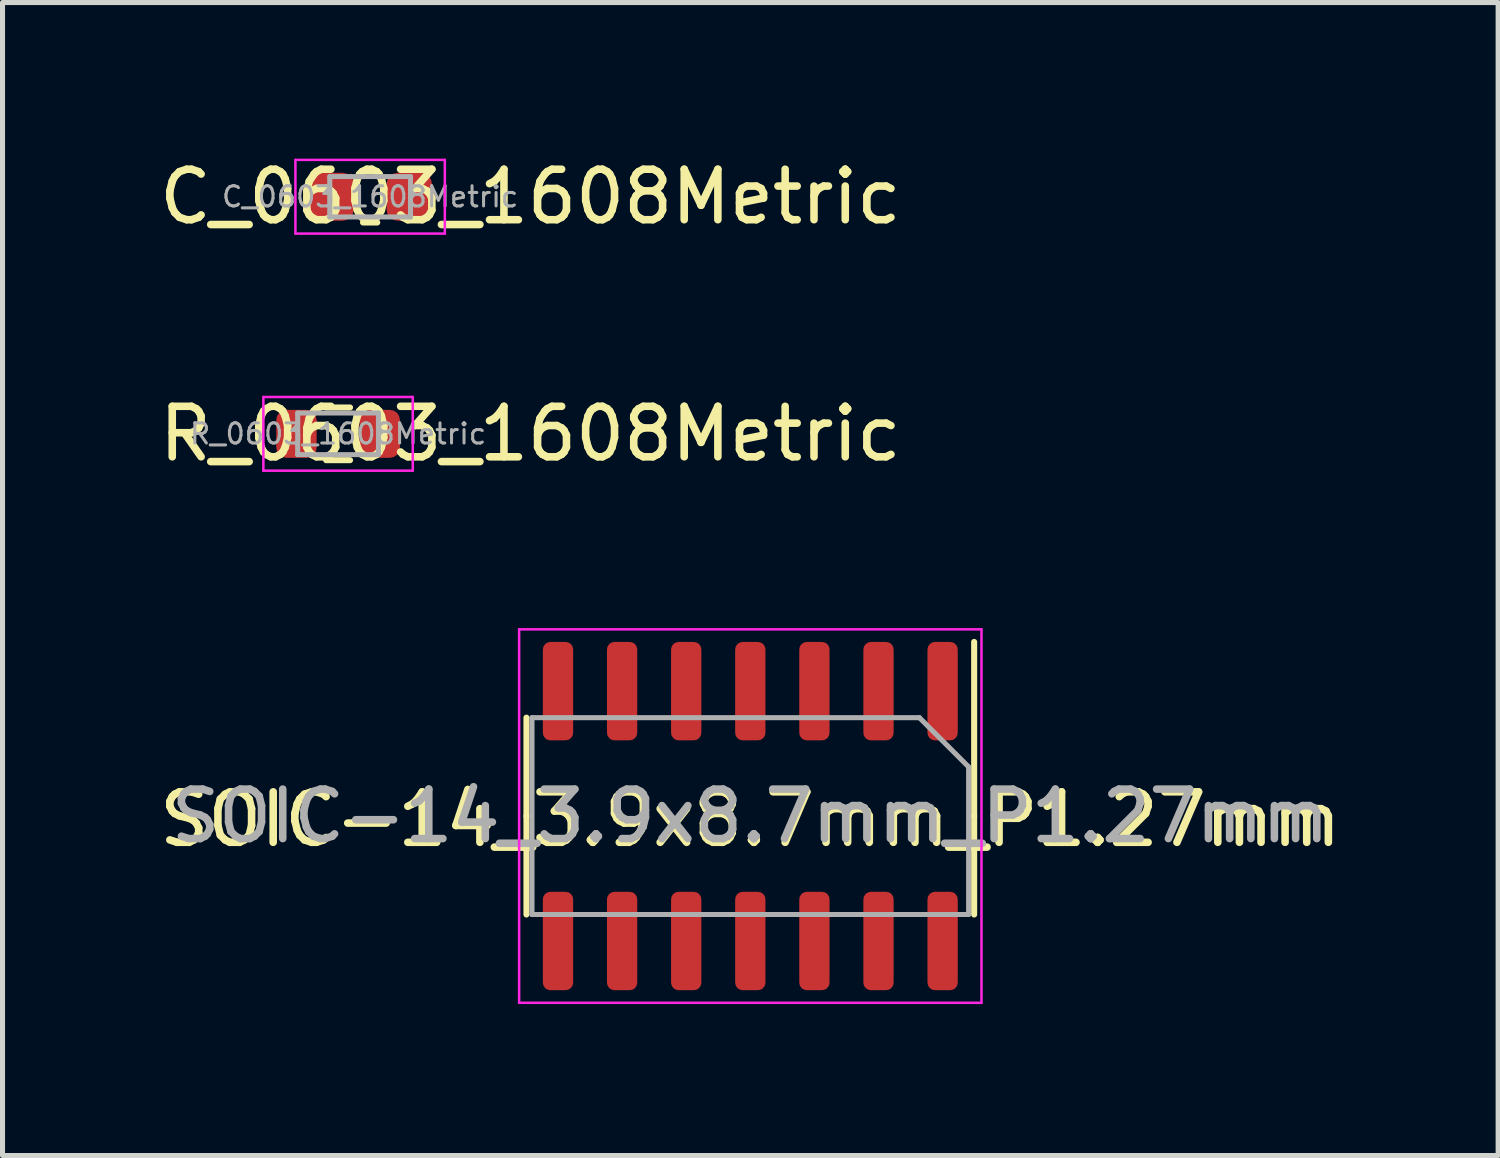
<source format=kicad_pcb>
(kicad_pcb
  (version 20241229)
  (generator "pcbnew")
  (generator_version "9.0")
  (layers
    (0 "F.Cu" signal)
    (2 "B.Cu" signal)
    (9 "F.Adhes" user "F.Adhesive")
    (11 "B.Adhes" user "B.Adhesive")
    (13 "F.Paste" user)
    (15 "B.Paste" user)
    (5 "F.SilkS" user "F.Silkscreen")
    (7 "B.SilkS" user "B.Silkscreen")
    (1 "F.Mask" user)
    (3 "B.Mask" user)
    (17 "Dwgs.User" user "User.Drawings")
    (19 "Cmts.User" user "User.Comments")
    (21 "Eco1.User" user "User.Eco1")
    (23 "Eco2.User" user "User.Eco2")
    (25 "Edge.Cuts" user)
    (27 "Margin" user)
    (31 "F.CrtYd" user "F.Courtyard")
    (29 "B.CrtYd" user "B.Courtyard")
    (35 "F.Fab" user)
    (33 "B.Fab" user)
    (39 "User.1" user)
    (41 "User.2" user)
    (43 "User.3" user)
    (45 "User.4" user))
  (footprint "R_0603_1608Metric"
    (layer "F.Cu")
    (at 3.648 5.545)
    (property "Reference" "R_0603_1608Metric" (at 3.81 0 0) (layer "F.SilkS") (effects (font (size 1 1) (thickness 0.15))))
    (attr smd)
    (fp_line (start -0.237 -0.522) (end 0.237 -0.522) (stroke (width 0.12) (type solid)) (layer "F.SilkS"))
    (fp_line (start -0.237 0.522) (end 0.237 0.522) (stroke (width 0.12) (type solid)) (layer "F.SilkS"))
    (fp_line (start -1.48 -0.73) (end 1.48 -0.73) (stroke (width 0.05) (type solid)) (layer "F.CrtYd"))
    (fp_line (start -1.48 0.73) (end -1.48 -0.73) (stroke (width 0.05) (type solid)) (layer "F.CrtYd"))
    (fp_line (start 1.48 -0.73) (end 1.48 0.73) (stroke (width 0.05) (type solid)) (layer "F.CrtYd"))
    (fp_line (start 1.48 0.73) (end -1.48 0.73) (stroke (width 0.05) (type solid)) (layer "F.CrtYd"))
    (fp_line (start -0.8 -0.412) (end 0.8 -0.412) (stroke (width 0.1) (type solid)) (layer "F.Fab"))
    (fp_line (start -0.8 0.412) (end -0.8 -0.412) (stroke (width 0.1) (type solid)) (layer "F.Fab"))
    (fp_line (start 0.8 -0.412) (end 0.8 0.412) (stroke (width 0.1) (type solid)) (layer "F.Fab"))
    (fp_line (start 0.8 0.412) (end -0.8 0.412) (stroke (width 0.1) (type solid)) (layer "F.Fab"))
    (fp_text user "${REFERENCE}" (at 0 0 0) (layer "F.Fab") (effects (font (size 0.4 0.4) (thickness 0.06))))
    (pad "1" smd roundrect (at -0.825 0) (size 0.8 0.95) (layers "F.Cu" "F.Mask" "F.Paste") (roundrect_rratio 0.25))
    (pad "2" smd roundrect (at 0.825 0) (size 0.8 0.95) (layers "F.Cu" "F.Mask" "F.Paste") (roundrect_rratio 0.25)))
  (footprint "C_0603_1608Metric"
    (layer "F.Cu")
    (at 4.283 0.848)
    (property "Reference" "C_0603_1608Metric" (at 3.175 0 0) (layer "F.SilkS") (effects (font (size 1 1) (thickness 0.15))))
    (attr smd)
    (fp_line (start -0.141 -0.51) (end 0.141 -0.51) (stroke (width 0.12) (type solid)) (layer "F.SilkS"))
    (fp_line (start -0.141 0.51) (end 0.141 0.51) (stroke (width 0.12) (type solid)) (layer "F.SilkS"))
    (fp_line (start -1.48 -0.73) (end 1.48 -0.73) (stroke (width 0.05) (type solid)) (layer "F.CrtYd"))
    (fp_line (start -1.48 0.73) (end -1.48 -0.73) (stroke (width 0.05) (type solid)) (layer "F.CrtYd"))
    (fp_line (start 1.48 -0.73) (end 1.48 0.73) (stroke (width 0.05) (type solid)) (layer "F.CrtYd"))
    (fp_line (start 1.48 0.73) (end -1.48 0.73) (stroke (width 0.05) (type solid)) (layer "F.CrtYd"))
    (fp_line (start -0.8 -0.4) (end 0.8 -0.4) (stroke (width 0.1) (type solid)) (layer "F.Fab"))
    (fp_line (start -0.8 0.4) (end -0.8 -0.4) (stroke (width 0.1) (type solid)) (layer "F.Fab"))
    (fp_line (start 0.8 -0.4) (end 0.8 0.4) (stroke (width 0.1) (type solid)) (layer "F.Fab"))
    (fp_line (start 0.8 0.4) (end -0.8 0.4) (stroke (width 0.1) (type solid)) (layer "F.Fab"))
    (fp_text user "${REFERENCE}" (at 0 0 0) (layer "F.Fab") (effects (font (size 0.4 0.4) (thickness 0.06))))
    (pad "1" smd roundrect (at -0.775 0) (size 0.9 0.95) (layers "F.Cu" "F.Mask" "F.Paste") (roundrect_rratio 0.25))
    (pad "2" smd roundrect (at 0.775 0) (size 0.9 0.95) (layers "F.Cu" "F.Mask" "F.Paste") (roundrect_rratio 0.25)))
  (footprint "SOIC-14_3.9x8.7mm_P1.27mm"
    (layer "F.Cu")
    (at 11.815 13.183)
    (property "Reference" "SOIC-14_3.9x8.7mm_P1.27mm" (at 0 0 180) (layer "F.SilkS") (effects (font (size 1 1) (thickness 0.15))))
    (attr smd)
    (fp_line (start -4.435 -0.065) (end -4.435 -2.015) (stroke (width 0.12) (type solid)) (layer "F.SilkS"))
    (fp_line (start -4.435 -0.065) (end -4.435 1.885) (stroke (width 0.12) (type solid)) (layer "F.SilkS"))
    (fp_line (start 4.435 -0.065) (end 4.435 -3.515) (stroke (width 0.12) (type solid)) (layer "F.SilkS"))
    (fp_line (start 4.435 -0.065) (end 4.435 1.885) (stroke (width 0.12) (type solid)) (layer "F.SilkS"))
    (fp_line (start -4.58 -3.765) (end -4.58 3.635) (stroke (width 0.05) (type solid)) (layer "F.CrtYd"))
    (fp_line (start -4.58 3.635) (end 4.58 3.635) (stroke (width 0.05) (type solid)) (layer "F.CrtYd"))
    (fp_line (start 4.58 -3.765) (end -4.58 -3.765) (stroke (width 0.05) (type solid)) (layer "F.CrtYd"))
    (fp_line (start 4.58 3.635) (end 4.58 -3.765) (stroke (width 0.05) (type solid)) (layer "F.CrtYd"))
    (fp_line (start -4.325 -2.015) (end 3.35 -2.015) (stroke (width 0.1) (type solid)) (layer "F.Fab"))
    (fp_line (start -4.325 1.885) (end -4.325 -2.015) (stroke (width 0.1) (type solid)) (layer "F.Fab"))
    (fp_line (start 3.35 -2.015) (end 4.325 -1.04) (stroke (width 0.1) (type solid)) (layer "F.Fab"))
    (fp_line (start 4.325 -1.04) (end 4.325 1.885) (stroke (width 0.1) (type solid)) (layer "F.Fab"))
    (fp_line (start 4.325 1.885) (end -4.325 1.885) (stroke (width 0.1) (type solid)) (layer "F.Fab"))
    (fp_text user "${REFERENCE}" (at 0 -0.065 180) (layer "F.Fab") (effects (font (size 0.98 0.98) (thickness 0.15))))
    (pad "1" smd roundrect (at 3.81 -2.54 270) (size 1.95 0.6) (layers "F.Cu" "F.Mask" "F.Paste") (roundrect_rratio 0.25))
    (pad "2" smd roundrect (at 2.54 -2.54 270) (size 1.95 0.6) (layers "F.Cu" "F.Mask" "F.Paste") (roundrect_rratio 0.25))
    (pad "3" smd roundrect (at 1.27 -2.54 270) (size 1.95 0.6) (layers "F.Cu" "F.Mask" "F.Paste") (roundrect_rratio 0.25))
    (pad "4" smd roundrect (at 0 -2.54 270) (size 1.95 0.6) (layers "F.Cu" "F.Mask" "F.Paste") (roundrect_rratio 0.25))
    (pad "5" smd roundrect (at -1.27 -2.54 270) (size 1.95 0.6) (layers "F.Cu" "F.Mask" "F.Paste") (roundrect_rratio 0.25))
    (pad "6" smd roundrect (at -2.54 -2.54 270) (size 1.95 0.6) (layers "F.Cu" "F.Mask" "F.Paste") (roundrect_rratio 0.25))
    (pad "7" smd roundrect (at -3.81 -2.54 270) (size 1.95 0.6) (layers "F.Cu" "F.Mask" "F.Paste") (roundrect_rratio 0.25))
    (pad "8" smd roundrect (at -3.81 2.41 270) (size 1.95 0.6) (layers "F.Cu" "F.Mask" "F.Paste") (roundrect_rratio 0.25))
    (pad "9" smd roundrect (at -2.54 2.41 270) (size 1.95 0.6) (layers "F.Cu" "F.Mask" "F.Paste") (roundrect_rratio 0.25))
    (pad "10" smd roundrect (at -1.27 2.41 270) (size 1.95 0.6) (layers "F.Cu" "F.Mask" "F.Paste") (roundrect_rratio 0.25))
    (pad "11" smd roundrect (at 0 2.41 270) (size 1.95 0.6) (layers "F.Cu" "F.Mask" "F.Paste") (roundrect_rratio 0.25))
    (pad "12" smd roundrect (at 1.27 2.41 270) (size 1.95 0.6) (layers "F.Cu" "F.Mask" "F.Paste") (roundrect_rratio 0.25))
    (pad "13" smd roundrect (at 2.54 2.41 270) (size 1.95 0.6) (layers "F.Cu" "F.Mask" "F.Paste") (roundrect_rratio 0.25))
    (pad "14" smd roundrect (at 3.81 2.41 270) (size 1.95 0.6) (layers "F.Cu" "F.Mask" "F.Paste") (roundrect_rratio 0.25)))
  (gr_rect
    (start -3 -3)
    (end 26.631 19.843)
    (stroke (width 0.1) (type default))
    (fill no)
    (layer "Edge.Cuts")))
</source>
